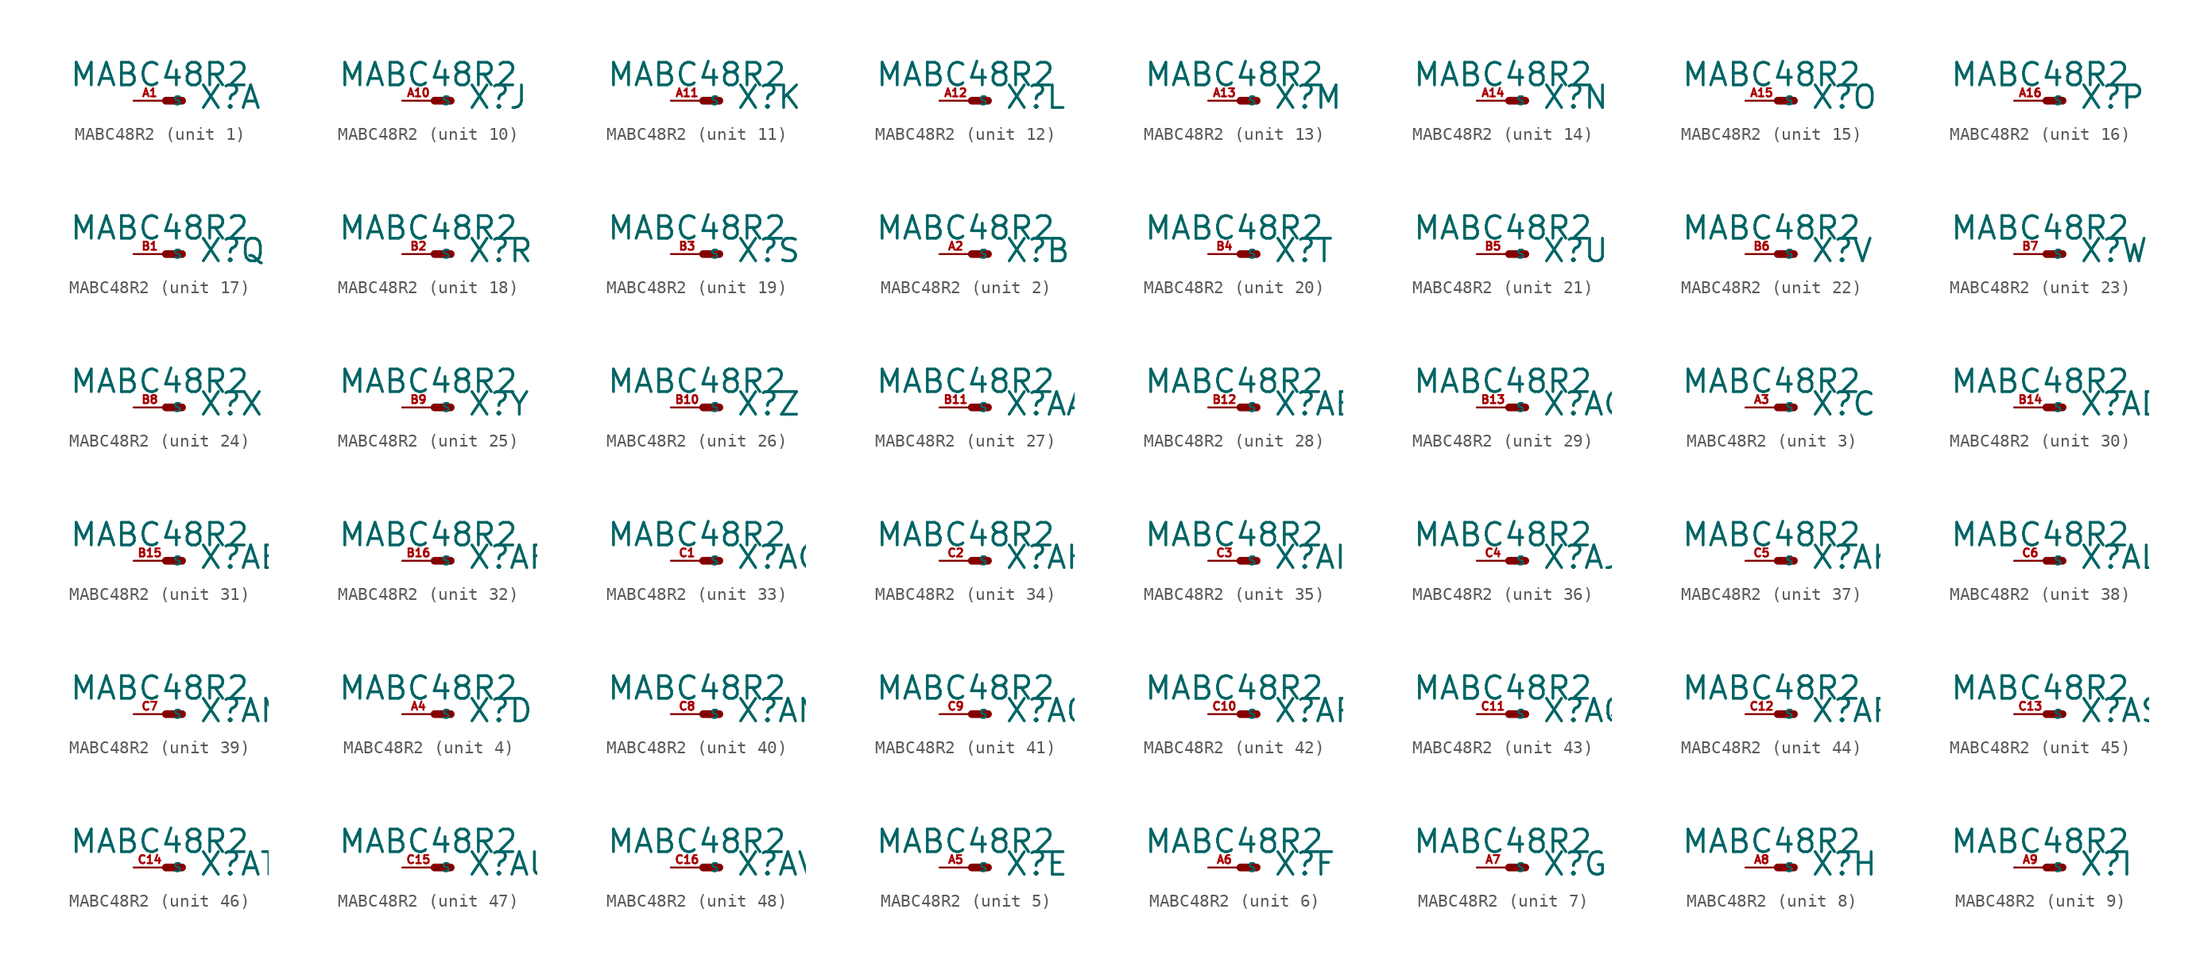
<source format=kicad_sym>
(kicad_symbol_lib
  (version 20220914)
  (generator Eagle2Kicad)
  (symbol "MABC48R2"
    (property "Reference" "X"
      (at 2.54 -0.762 0)
      (effects (font (size 1.778 1.778) (thickness 0.22)) (justify left bottom)))
    (property "Value" "MABC48R2"
      (at -7.62 1.016 0)
      (effects (font (size 1.778 1.778) (thickness 0.22)) (justify left bottom)))
    (symbol "MABC48R2_1_0"
      (polyline (pts (xy 0 0) (xy 1.27 0)) (stroke (width 0.61) (type default)) (fill (type none)))
      (pin passive line (at -2.54 0 0) (length 2.54) (name "S" (effects (font (size 0.635 0.635) (thickness 0.08)) (justify left bottom))) (number "A1" (effects (font (size 0.635 0.635) (thickness 0.08)) (justify left bottom)))))
    (symbol "MABC48R2_2_0"
      (polyline (pts (xy 0 0) (xy 1.27 0)) (stroke (width 0.61) (type default)) (fill (type none)))
      (pin passive line (at -2.54 0 0) (length 2.54) (name "S" (effects (font (size 0.635 0.635) (thickness 0.08)) (justify left bottom))) (number "A2" (effects (font (size 0.635 0.635) (thickness 0.08)) (justify left bottom)))))
    (symbol "MABC48R2_3_0"
      (polyline (pts (xy 0 0) (xy 1.27 0)) (stroke (width 0.61) (type default)) (fill (type none)))
      (pin passive line (at -2.54 0 0) (length 2.54) (name "S" (effects (font (size 0.635 0.635) (thickness 0.08)) (justify left bottom))) (number "A3" (effects (font (size 0.635 0.635) (thickness 0.08)) (justify left bottom)))))
    (symbol "MABC48R2_4_0"
      (polyline (pts (xy 0 0) (xy 1.27 0)) (stroke (width 0.61) (type default)) (fill (type none)))
      (pin passive line (at -2.54 0 0) (length 2.54) (name "S" (effects (font (size 0.635 0.635) (thickness 0.08)) (justify left bottom))) (number "A4" (effects (font (size 0.635 0.635) (thickness 0.08)) (justify left bottom)))))
    (symbol "MABC48R2_5_0"
      (polyline (pts (xy 0 0) (xy 1.27 0)) (stroke (width 0.61) (type default)) (fill (type none)))
      (pin passive line (at -2.54 0 0) (length 2.54) (name "S" (effects (font (size 0.635 0.635) (thickness 0.08)) (justify left bottom))) (number "A5" (effects (font (size 0.635 0.635) (thickness 0.08)) (justify left bottom)))))
    (symbol "MABC48R2_6_0"
      (polyline (pts (xy 0 0) (xy 1.27 0)) (stroke (width 0.61) (type default)) (fill (type none)))
      (pin passive line (at -2.54 0 0) (length 2.54) (name "S" (effects (font (size 0.635 0.635) (thickness 0.08)) (justify left bottom))) (number "A6" (effects (font (size 0.635 0.635) (thickness 0.08)) (justify left bottom)))))
    (symbol "MABC48R2_7_0"
      (polyline (pts (xy 0 0) (xy 1.27 0)) (stroke (width 0.61) (type default)) (fill (type none)))
      (pin passive line (at -2.54 0 0) (length 2.54) (name "S" (effects (font (size 0.635 0.635) (thickness 0.08)) (justify left bottom))) (number "A7" (effects (font (size 0.635 0.635) (thickness 0.08)) (justify left bottom)))))
    (symbol "MABC48R2_8_0"
      (polyline (pts (xy 0 0) (xy 1.27 0)) (stroke (width 0.61) (type default)) (fill (type none)))
      (pin passive line (at -2.54 0 0) (length 2.54) (name "S" (effects (font (size 0.635 0.635) (thickness 0.08)) (justify left bottom))) (number "A8" (effects (font (size 0.635 0.635) (thickness 0.08)) (justify left bottom)))))
    (symbol "MABC48R2_9_0"
      (polyline (pts (xy 0 0) (xy 1.27 0)) (stroke (width 0.61) (type default)) (fill (type none)))
      (pin passive line (at -2.54 0 0) (length 2.54) (name "S" (effects (font (size 0.635 0.635) (thickness 0.08)) (justify left bottom))) (number "A9" (effects (font (size 0.635 0.635) (thickness 0.08)) (justify left bottom)))))
    (symbol "MABC48R2_10_0"
      (polyline (pts (xy 0 0) (xy 1.27 0)) (stroke (width 0.61) (type default)) (fill (type none)))
      (pin passive line (at -2.54 0 0) (length 2.54) (name "S" (effects (font (size 0.635 0.635) (thickness 0.08)) (justify left bottom))) (number "A10" (effects (font (size 0.635 0.635) (thickness 0.08)) (justify left bottom)))))
    (symbol "MABC48R2_11_0"
      (polyline (pts (xy 0 0) (xy 1.27 0)) (stroke (width 0.61) (type default)) (fill (type none)))
      (pin passive line (at -2.54 0 0) (length 2.54) (name "S" (effects (font (size 0.635 0.635) (thickness 0.08)) (justify left bottom))) (number "A11" (effects (font (size 0.635 0.635) (thickness 0.08)) (justify left bottom)))))
    (symbol "MABC48R2_12_0"
      (polyline (pts (xy 0 0) (xy 1.27 0)) (stroke (width 0.61) (type default)) (fill (type none)))
      (pin passive line (at -2.54 0 0) (length 2.54) (name "S" (effects (font (size 0.635 0.635) (thickness 0.08)) (justify left bottom))) (number "A12" (effects (font (size 0.635 0.635) (thickness 0.08)) (justify left bottom)))))
    (symbol "MABC48R2_13_0"
      (polyline (pts (xy 0 0) (xy 1.27 0)) (stroke (width 0.61) (type default)) (fill (type none)))
      (pin passive line (at -2.54 0 0) (length 2.54) (name "S" (effects (font (size 0.635 0.635) (thickness 0.08)) (justify left bottom))) (number "A13" (effects (font (size 0.635 0.635) (thickness 0.08)) (justify left bottom)))))
    (symbol "MABC48R2_14_0"
      (polyline (pts (xy 0 0) (xy 1.27 0)) (stroke (width 0.61) (type default)) (fill (type none)))
      (pin passive line (at -2.54 0 0) (length 2.54) (name "S" (effects (font (size 0.635 0.635) (thickness 0.08)) (justify left bottom))) (number "A14" (effects (font (size 0.635 0.635) (thickness 0.08)) (justify left bottom)))))
    (symbol "MABC48R2_15_0"
      (polyline (pts (xy 0 0) (xy 1.27 0)) (stroke (width 0.61) (type default)) (fill (type none)))
      (pin passive line (at -2.54 0 0) (length 2.54) (name "S" (effects (font (size 0.635 0.635) (thickness 0.08)) (justify left bottom))) (number "A15" (effects (font (size 0.635 0.635) (thickness 0.08)) (justify left bottom)))))
    (symbol "MABC48R2_16_0"
      (polyline (pts (xy 0 0) (xy 1.27 0)) (stroke (width 0.61) (type default)) (fill (type none)))
      (pin passive line (at -2.54 0 0) (length 2.54) (name "S" (effects (font (size 0.635 0.635) (thickness 0.08)) (justify left bottom))) (number "A16" (effects (font (size 0.635 0.635) (thickness 0.08)) (justify left bottom)))))
    (symbol "MABC48R2_17_0"
      (polyline (pts (xy 0 0) (xy 1.27 0)) (stroke (width 0.61) (type default)) (fill (type none)))
      (pin passive line (at -2.54 0 0) (length 2.54) (name "S" (effects (font (size 0.635 0.635) (thickness 0.08)) (justify left bottom))) (number "B1" (effects (font (size 0.635 0.635) (thickness 0.08)) (justify left bottom)))))
    (symbol "MABC48R2_18_0"
      (polyline (pts (xy 0 0) (xy 1.27 0)) (stroke (width 0.61) (type default)) (fill (type none)))
      (pin passive line (at -2.54 0 0) (length 2.54) (name "S" (effects (font (size 0.635 0.635) (thickness 0.08)) (justify left bottom))) (number "B2" (effects (font (size 0.635 0.635) (thickness 0.08)) (justify left bottom)))))
    (symbol "MABC48R2_19_0"
      (polyline (pts (xy 0 0) (xy 1.27 0)) (stroke (width 0.61) (type default)) (fill (type none)))
      (pin passive line (at -2.54 0 0) (length 2.54) (name "S" (effects (font (size 0.635 0.635) (thickness 0.08)) (justify left bottom))) (number "B3" (effects (font (size 0.635 0.635) (thickness 0.08)) (justify left bottom)))))
    (symbol "MABC48R2_20_0"
      (polyline (pts (xy 0 0) (xy 1.27 0)) (stroke (width 0.61) (type default)) (fill (type none)))
      (pin passive line (at -2.54 0 0) (length 2.54) (name "S" (effects (font (size 0.635 0.635) (thickness 0.08)) (justify left bottom))) (number "B4" (effects (font (size 0.635 0.635) (thickness 0.08)) (justify left bottom)))))
    (symbol "MABC48R2_21_0"
      (polyline (pts (xy 0 0) (xy 1.27 0)) (stroke (width 0.61) (type default)) (fill (type none)))
      (pin passive line (at -2.54 0 0) (length 2.54) (name "S" (effects (font (size 0.635 0.635) (thickness 0.08)) (justify left bottom))) (number "B5" (effects (font (size 0.635 0.635) (thickness 0.08)) (justify left bottom)))))
    (symbol "MABC48R2_22_0"
      (polyline (pts (xy 0 0) (xy 1.27 0)) (stroke (width 0.61) (type default)) (fill (type none)))
      (pin passive line (at -2.54 0 0) (length 2.54) (name "S" (effects (font (size 0.635 0.635) (thickness 0.08)) (justify left bottom))) (number "B6" (effects (font (size 0.635 0.635) (thickness 0.08)) (justify left bottom)))))
    (symbol "MABC48R2_23_0"
      (polyline (pts (xy 0 0) (xy 1.27 0)) (stroke (width 0.61) (type default)) (fill (type none)))
      (pin passive line (at -2.54 0 0) (length 2.54) (name "S" (effects (font (size 0.635 0.635) (thickness 0.08)) (justify left bottom))) (number "B7" (effects (font (size 0.635 0.635) (thickness 0.08)) (justify left bottom)))))
    (symbol "MABC48R2_24_0"
      (polyline (pts (xy 0 0) (xy 1.27 0)) (stroke (width 0.61) (type default)) (fill (type none)))
      (pin passive line (at -2.54 0 0) (length 2.54) (name "S" (effects (font (size 0.635 0.635) (thickness 0.08)) (justify left bottom))) (number "B8" (effects (font (size 0.635 0.635) (thickness 0.08)) (justify left bottom)))))
    (symbol "MABC48R2_25_0"
      (polyline (pts (xy 0 0) (xy 1.27 0)) (stroke (width 0.61) (type default)) (fill (type none)))
      (pin passive line (at -2.54 0 0) (length 2.54) (name "S" (effects (font (size 0.635 0.635) (thickness 0.08)) (justify left bottom))) (number "B9" (effects (font (size 0.635 0.635) (thickness 0.08)) (justify left bottom)))))
    (symbol "MABC48R2_26_0"
      (polyline (pts (xy 0 0) (xy 1.27 0)) (stroke (width 0.61) (type default)) (fill (type none)))
      (pin passive line (at -2.54 0 0) (length 2.54) (name "S" (effects (font (size 0.635 0.635) (thickness 0.08)) (justify left bottom))) (number "B10" (effects (font (size 0.635 0.635) (thickness 0.08)) (justify left bottom)))))
    (symbol "MABC48R2_27_0"
      (polyline (pts (xy 0 0) (xy 1.27 0)) (stroke (width 0.61) (type default)) (fill (type none)))
      (pin passive line (at -2.54 0 0) (length 2.54) (name "S" (effects (font (size 0.635 0.635) (thickness 0.08)) (justify left bottom))) (number "B11" (effects (font (size 0.635 0.635) (thickness 0.08)) (justify left bottom)))))
    (symbol "MABC48R2_28_0"
      (polyline (pts (xy 0 0) (xy 1.27 0)) (stroke (width 0.61) (type default)) (fill (type none)))
      (pin passive line (at -2.54 0 0) (length 2.54) (name "S" (effects (font (size 0.635 0.635) (thickness 0.08)) (justify left bottom))) (number "B12" (effects (font (size 0.635 0.635) (thickness 0.08)) (justify left bottom)))))
    (symbol "MABC48R2_29_0"
      (polyline (pts (xy 0 0) (xy 1.27 0)) (stroke (width 0.61) (type default)) (fill (type none)))
      (pin passive line (at -2.54 0 0) (length 2.54) (name "S" (effects (font (size 0.635 0.635) (thickness 0.08)) (justify left bottom))) (number "B13" (effects (font (size 0.635 0.635) (thickness 0.08)) (justify left bottom)))))
    (symbol "MABC48R2_30_0"
      (polyline (pts (xy 0 0) (xy 1.27 0)) (stroke (width 0.61) (type default)) (fill (type none)))
      (pin passive line (at -2.54 0 0) (length 2.54) (name "S" (effects (font (size 0.635 0.635) (thickness 0.08)) (justify left bottom))) (number "B14" (effects (font (size 0.635 0.635) (thickness 0.08)) (justify left bottom)))))
    (symbol "MABC48R2_31_0"
      (polyline (pts (xy 0 0) (xy 1.27 0)) (stroke (width 0.61) (type default)) (fill (type none)))
      (pin passive line (at -2.54 0 0) (length 2.54) (name "S" (effects (font (size 0.635 0.635) (thickness 0.08)) (justify left bottom))) (number "B15" (effects (font (size 0.635 0.635) (thickness 0.08)) (justify left bottom)))))
    (symbol "MABC48R2_32_0"
      (polyline (pts (xy 0 0) (xy 1.27 0)) (stroke (width 0.61) (type default)) (fill (type none)))
      (pin passive line (at -2.54 0 0) (length 2.54) (name "S" (effects (font (size 0.635 0.635) (thickness 0.08)) (justify left bottom))) (number "B16" (effects (font (size 0.635 0.635) (thickness 0.08)) (justify left bottom)))))
    (symbol "MABC48R2_33_0"
      (polyline (pts (xy 0 0) (xy 1.27 0)) (stroke (width 0.61) (type default)) (fill (type none)))
      (pin passive line (at -2.54 0 0) (length 2.54) (name "S" (effects (font (size 0.635 0.635) (thickness 0.08)) (justify left bottom))) (number "C1" (effects (font (size 0.635 0.635) (thickness 0.08)) (justify left bottom)))))
    (symbol "MABC48R2_34_0"
      (polyline (pts (xy 0 0) (xy 1.27 0)) (stroke (width 0.61) (type default)) (fill (type none)))
      (pin passive line (at -2.54 0 0) (length 2.54) (name "S" (effects (font (size 0.635 0.635) (thickness 0.08)) (justify left bottom))) (number "C2" (effects (font (size 0.635 0.635) (thickness 0.08)) (justify left bottom)))))
    (symbol "MABC48R2_35_0"
      (polyline (pts (xy 0 0) (xy 1.27 0)) (stroke (width 0.61) (type default)) (fill (type none)))
      (pin passive line (at -2.54 0 0) (length 2.54) (name "S" (effects (font (size 0.635 0.635) (thickness 0.08)) (justify left bottom))) (number "C3" (effects (font (size 0.635 0.635) (thickness 0.08)) (justify left bottom)))))
    (symbol "MABC48R2_36_0"
      (polyline (pts (xy 0 0) (xy 1.27 0)) (stroke (width 0.61) (type default)) (fill (type none)))
      (pin passive line (at -2.54 0 0) (length 2.54) (name "S" (effects (font (size 0.635 0.635) (thickness 0.08)) (justify left bottom))) (number "C4" (effects (font (size 0.635 0.635) (thickness 0.08)) (justify left bottom)))))
    (symbol "MABC48R2_37_0"
      (polyline (pts (xy 0 0) (xy 1.27 0)) (stroke (width 0.61) (type default)) (fill (type none)))
      (pin passive line (at -2.54 0 0) (length 2.54) (name "S" (effects (font (size 0.635 0.635) (thickness 0.08)) (justify left bottom))) (number "C5" (effects (font (size 0.635 0.635) (thickness 0.08)) (justify left bottom)))))
    (symbol "MABC48R2_38_0"
      (polyline (pts (xy 0 0) (xy 1.27 0)) (stroke (width 0.61) (type default)) (fill (type none)))
      (pin passive line (at -2.54 0 0) (length 2.54) (name "S" (effects (font (size 0.635 0.635) (thickness 0.08)) (justify left bottom))) (number "C6" (effects (font (size 0.635 0.635) (thickness 0.08)) (justify left bottom)))))
    (symbol "MABC48R2_39_0"
      (polyline (pts (xy 0 0) (xy 1.27 0)) (stroke (width 0.61) (type default)) (fill (type none)))
      (pin passive line (at -2.54 0 0) (length 2.54) (name "S" (effects (font (size 0.635 0.635) (thickness 0.08)) (justify left bottom))) (number "C7" (effects (font (size 0.635 0.635) (thickness 0.08)) (justify left bottom)))))
    (symbol "MABC48R2_40_0"
      (polyline (pts (xy 0 0) (xy 1.27 0)) (stroke (width 0.61) (type default)) (fill (type none)))
      (pin passive line (at -2.54 0 0) (length 2.54) (name "S" (effects (font (size 0.635 0.635) (thickness 0.08)) (justify left bottom))) (number "C8" (effects (font (size 0.635 0.635) (thickness 0.08)) (justify left bottom)))))
    (symbol "MABC48R2_41_0"
      (polyline (pts (xy 0 0) (xy 1.27 0)) (stroke (width 0.61) (type default)) (fill (type none)))
      (pin passive line (at -2.54 0 0) (length 2.54) (name "S" (effects (font (size 0.635 0.635) (thickness 0.08)) (justify left bottom))) (number "C9" (effects (font (size 0.635 0.635) (thickness 0.08)) (justify left bottom)))))
    (symbol "MABC48R2_42_0"
      (polyline (pts (xy 0 0) (xy 1.27 0)) (stroke (width 0.61) (type default)) (fill (type none)))
      (pin passive line (at -2.54 0 0) (length 2.54) (name "S" (effects (font (size 0.635 0.635) (thickness 0.08)) (justify left bottom))) (number "C10" (effects (font (size 0.635 0.635) (thickness 0.08)) (justify left bottom)))))
    (symbol "MABC48R2_43_0"
      (polyline (pts (xy 0 0) (xy 1.27 0)) (stroke (width 0.61) (type default)) (fill (type none)))
      (pin passive line (at -2.54 0 0) (length 2.54) (name "S" (effects (font (size 0.635 0.635) (thickness 0.08)) (justify left bottom))) (number "C11" (effects (font (size 0.635 0.635) (thickness 0.08)) (justify left bottom)))))
    (symbol "MABC48R2_44_0"
      (polyline (pts (xy 0 0) (xy 1.27 0)) (stroke (width 0.61) (type default)) (fill (type none)))
      (pin passive line (at -2.54 0 0) (length 2.54) (name "S" (effects (font (size 0.635 0.635) (thickness 0.08)) (justify left bottom))) (number "C12" (effects (font (size 0.635 0.635) (thickness 0.08)) (justify left bottom)))))
    (symbol "MABC48R2_45_0"
      (polyline (pts (xy 0 0) (xy 1.27 0)) (stroke (width 0.61) (type default)) (fill (type none)))
      (pin passive line (at -2.54 0 0) (length 2.54) (name "S" (effects (font (size 0.635 0.635) (thickness 0.08)) (justify left bottom))) (number "C13" (effects (font (size 0.635 0.635) (thickness 0.08)) (justify left bottom)))))
    (symbol "MABC48R2_46_0"
      (polyline (pts (xy 0 0) (xy 1.27 0)) (stroke (width 0.61) (type default)) (fill (type none)))
      (pin passive line (at -2.54 0 0) (length 2.54) (name "S" (effects (font (size 0.635 0.635) (thickness 0.08)) (justify left bottom))) (number "C14" (effects (font (size 0.635 0.635) (thickness 0.08)) (justify left bottom)))))
    (symbol "MABC48R2_47_0"
      (polyline (pts (xy 0 0) (xy 1.27 0)) (stroke (width 0.61) (type default)) (fill (type none)))
      (pin passive line (at -2.54 0 0) (length 2.54) (name "S" (effects (font (size 0.635 0.635) (thickness 0.08)) (justify left bottom))) (number "C15" (effects (font (size 0.635 0.635) (thickness 0.08)) (justify left bottom)))))
    (symbol "MABC48R2_48_0"
      (polyline (pts (xy 0 0) (xy 1.27 0)) (stroke (width 0.61) (type default)) (fill (type none)))
      (pin passive line (at -2.54 0 0) (length 2.54) (name "S" (effects (font (size 0.635 0.635) (thickness 0.08)) (justify left bottom))) (number "C16" (effects (font (size 0.635 0.635) (thickness 0.08)) (justify left bottom)))))))
</source>
